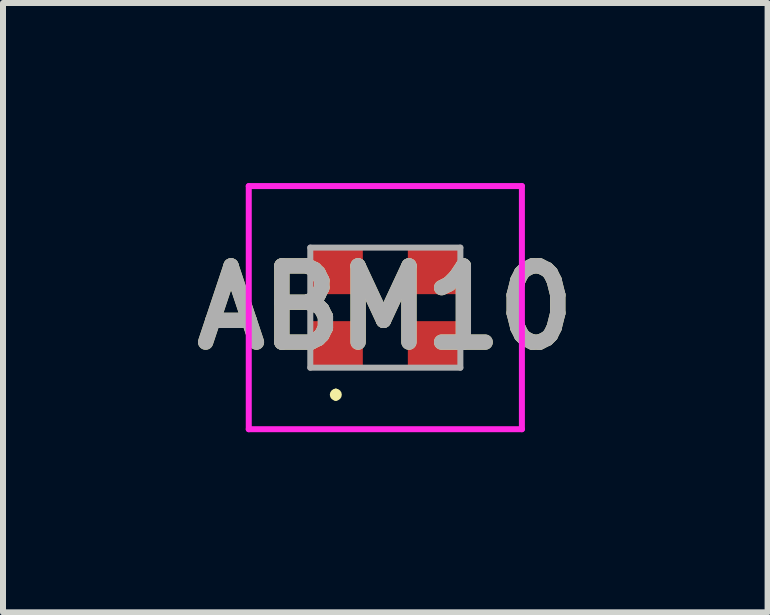
<source format=kicad_pcb>
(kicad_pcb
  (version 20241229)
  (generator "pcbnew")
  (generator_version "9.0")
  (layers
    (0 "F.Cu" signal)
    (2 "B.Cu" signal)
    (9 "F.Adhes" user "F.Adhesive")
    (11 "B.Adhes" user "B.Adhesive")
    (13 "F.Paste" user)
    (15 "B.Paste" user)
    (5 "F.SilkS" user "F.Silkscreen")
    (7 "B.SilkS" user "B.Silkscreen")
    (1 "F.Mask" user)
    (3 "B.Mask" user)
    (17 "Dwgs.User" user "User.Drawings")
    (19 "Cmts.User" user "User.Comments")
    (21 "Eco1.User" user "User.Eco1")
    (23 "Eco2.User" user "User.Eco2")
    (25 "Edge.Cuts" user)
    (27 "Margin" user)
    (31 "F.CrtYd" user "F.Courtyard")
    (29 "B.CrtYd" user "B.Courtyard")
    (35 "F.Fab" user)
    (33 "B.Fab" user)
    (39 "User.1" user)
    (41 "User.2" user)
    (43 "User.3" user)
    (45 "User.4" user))
  (footprint "ABM10"
    (layer "F.Cu")
    (at 3.369 2.075)
    (property "Reference" "ABM10" (at 0 0 0) (layer "F.SilkS") (effects (font (size 1.27 1.27) (thickness 0.254))))
    (attr smd)
    (fp_line (start -0.825 1.4) (end -0.825 1.4) (stroke (width 0.1) (type solid)) (layer "F.SilkS"))
    (fp_line (start -0.825 1.5) (end -0.825 1.5) (stroke (width 0.1) (type solid)) (layer "F.SilkS"))
    (fp_arc (start -0.825 1.4) (mid -0.775 1.45) (end -0.825 1.5) (stroke (width 0.1) (type solid)) (layer "F.SilkS"))
    (fp_arc (start -0.825 1.5) (mid -0.875 1.45) (end -0.825 1.4) (stroke (width 0.1) (type solid)) (layer "F.SilkS"))
    (fp_line (start -2.275 -2.025) (end 2.275 -2.025) (stroke (width 0.1) (type solid)) (layer "F.CrtYd"))
    (fp_line (start -2.275 2.025) (end -2.275 -2.025) (stroke (width 0.1) (type solid)) (layer "F.CrtYd"))
    (fp_line (start 2.275 -2.025) (end 2.275 2.025) (stroke (width 0.1) (type solid)) (layer "F.CrtYd"))
    (fp_line (start 2.275 2.025) (end -2.275 2.025) (stroke (width 0.1) (type solid)) (layer "F.CrtYd"))
    (fp_line (start -1.25 -1) (end 1.25 -1) (stroke (width 0.1) (type solid)) (layer "F.Fab"))
    (fp_line (start -1.25 1) (end -1.25 -1) (stroke (width 0.1) (type solid)) (layer "F.Fab"))
    (fp_line (start 1.25 -1) (end 1.25 1) (stroke (width 0.1) (type solid)) (layer "F.Fab"))
    (fp_line (start 1.25 1) (end -1.25 1) (stroke (width 0.1) (type solid)) (layer "F.Fab"))
    (fp_text user "${REFERENCE}" (at 0 0 0) (layer "F.Fab") (effects (font (size 1.27 1.27) (thickness 0.254))))
    (pad "1" smd rect (at -0.825 0.625 90) (size 0.8 0.9) (layers "F.Cu" "F.Mask" "F.Paste"))
    (pad "2" smd rect (at 0.825 0.625 90) (size 0.8 0.9) (layers "F.Cu" "F.Mask" "F.Paste"))
    (pad "3" smd rect (at 0.825 -0.625 90) (size 0.8 0.9) (layers "F.Cu" "F.Mask" "F.Paste"))
    (pad "4" smd rect (at -0.825 -0.625 90) (size 0.8 0.9) (layers "F.Cu" "F.Mask" "F.Paste")))
  (gr_rect
    (start -3 -3)
    (end 9.737 7.15)
    (stroke (width 0.1) (type default))
    (fill no)
    (layer "Edge.Cuts")))
</source>
